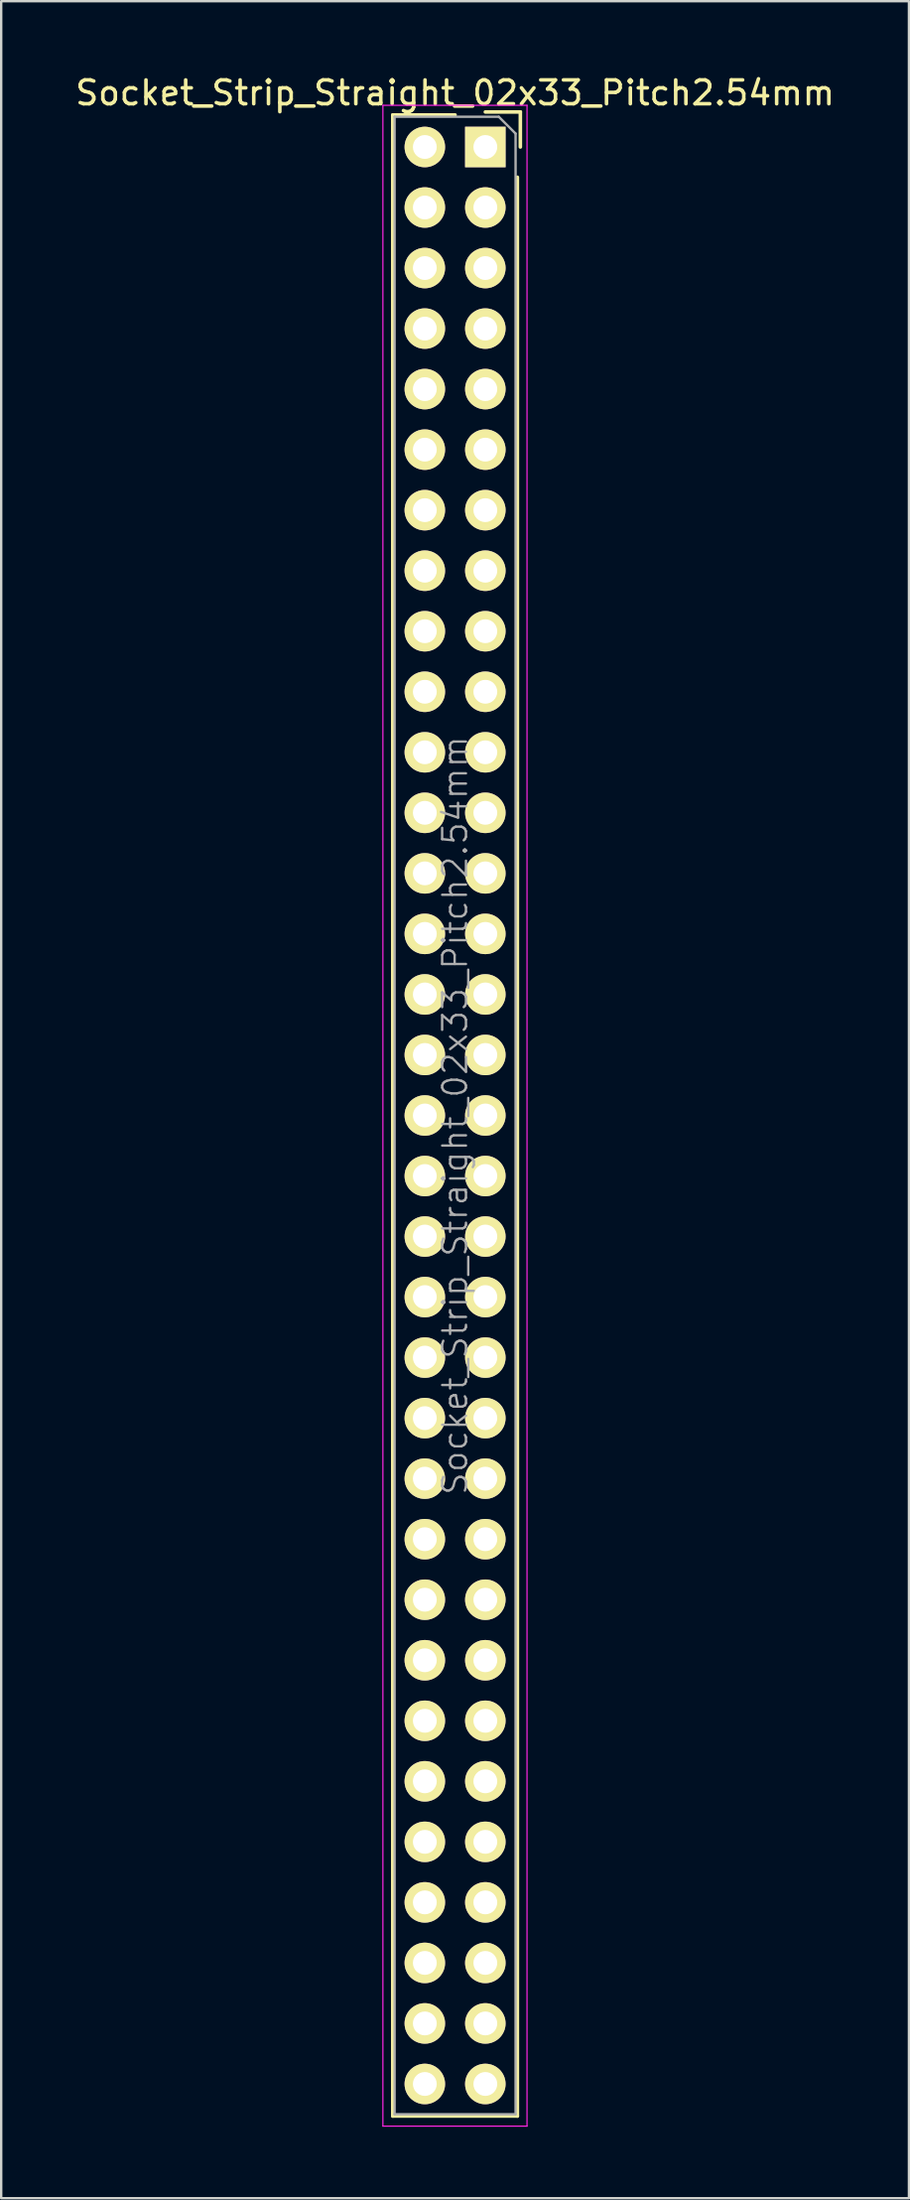
<source format=kicad_pcb>
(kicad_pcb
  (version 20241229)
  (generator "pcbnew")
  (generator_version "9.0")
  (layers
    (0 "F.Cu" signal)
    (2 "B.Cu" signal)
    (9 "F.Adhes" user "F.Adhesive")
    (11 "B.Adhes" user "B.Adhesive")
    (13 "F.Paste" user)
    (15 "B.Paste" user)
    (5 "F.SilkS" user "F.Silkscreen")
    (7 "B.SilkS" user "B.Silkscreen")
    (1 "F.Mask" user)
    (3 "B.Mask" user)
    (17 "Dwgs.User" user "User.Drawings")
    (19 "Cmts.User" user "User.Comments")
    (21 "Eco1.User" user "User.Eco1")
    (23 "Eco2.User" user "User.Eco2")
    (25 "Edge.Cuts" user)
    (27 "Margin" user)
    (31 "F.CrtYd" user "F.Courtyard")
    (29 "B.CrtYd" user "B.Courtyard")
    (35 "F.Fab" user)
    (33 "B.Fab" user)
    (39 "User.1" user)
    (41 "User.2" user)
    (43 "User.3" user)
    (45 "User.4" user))
  (footprint "Socket_Strip_Straight_02x33_Pitch2.54mm"
    (layer "F.Cu")
    (at 17.324 3.118)
    (property "Reference" "Socket_Strip_Straight_02x33_Pitch2.54mm" (at -1.27 -2.27 0) (layer "F.SilkS") (effects (font (size 1 1) (thickness 0.15))))
    (attr smd)
    (fp_line (start -3.885 -1.345) (end -3.885 82.625) (stroke (width 0.15) (type solid)) (layer "F.SilkS"))
    (fp_line (start -1.27 -1.345) (end -3.885 -1.345) (stroke (width 0.15) (type solid)) (layer "F.SilkS"))
    (fp_line (start 1.345 1.27) (end 1.345 82.625) (stroke (width 0.15) (type solid)) (layer "F.SilkS"))
    (fp_line (start 1.345 82.625) (end -3.885 82.625) (stroke (width 0.15) (type solid)) (layer "F.SilkS"))
    (fp_line (start 1.47 -1.47) (end 0 -1.47) (stroke (width 0.15) (type solid)) (layer "F.SilkS"))
    (fp_line (start 1.47 -1.47) (end 1.47 0) (stroke (width 0.15) (type solid)) (layer "F.SilkS"))
    (fp_line (start -4.3 -1.75) (end -4.3 83.05) (stroke (width 0.05) (type solid)) (layer "F.CrtYd"))
    (fp_line (start 1.75 -1.75) (end -4.3 -1.75) (stroke (width 0.05) (type solid)) (layer "F.CrtYd"))
    (fp_line (start 1.75 -1.75) (end 1.75 83.05) (stroke (width 0.05) (type solid)) (layer "F.CrtYd"))
    (fp_line (start 1.75 83.05) (end -4.3 83.05) (stroke (width 0.05) (type solid)) (layer "F.CrtYd"))
    (fp_line (start -3.81 -1.27) (end 0.563 -1.27) (stroke (width 0.1) (type solid)) (layer "F.Fab"))
    (fp_line (start -3.81 82.55) (end -3.81 -1.27) (stroke (width 0.1) (type solid)) (layer "F.Fab"))
    (fp_line (start -3.81 82.55) (end 1.27 82.55) (stroke (width 0.1) (type solid)) (layer "F.Fab"))
    (fp_line (start 1.27 -0.563) (end 0.563 -1.27) (stroke (width 0.1) (type solid)) (layer "F.Fab"))
    (fp_line (start 1.27 82.55) (end 1.27 -0.563) (stroke (width 0.1) (type solid)) (layer "F.Fab"))
    (fp_text user "${REFERENCE}" (at -1.27 40.64 90) (layer "F.Fab") (effects (font (size 1 1) (thickness 0.1))))
    (pad "1" thru_hole rect (at 0 0) (size 1.7 1.7) (drill 1) (layers "*.Cu" "*.Mask" "F.SilkS"))
    (pad "2" thru_hole oval (at -2.54 0) (size 1.7 1.7) (drill 1) (layers "*.Cu" "*.Mask" "F.SilkS"))
    (pad "3" thru_hole oval (at 0 2.54) (size 1.7 1.7) (drill 1) (layers "*.Cu" "*.Mask" "F.SilkS"))
    (pad "4" thru_hole oval (at -2.54 2.54) (size 1.7 1.7) (drill 1) (layers "*.Cu" "*.Mask" "F.SilkS"))
    (pad "5" thru_hole oval (at 0 5.08) (size 1.7 1.7) (drill 1) (layers "*.Cu" "*.Mask" "F.SilkS"))
    (pad "6" thru_hole oval (at -2.54 5.08) (size 1.7 1.7) (drill 1) (layers "*.Cu" "*.Mask" "F.SilkS"))
    (pad "7" thru_hole oval (at 0 7.62) (size 1.7 1.7) (drill 1) (layers "*.Cu" "*.Mask" "F.SilkS"))
    (pad "8" thru_hole oval (at -2.54 7.62) (size 1.7 1.7) (drill 1) (layers "*.Cu" "*.Mask" "F.SilkS"))
    (pad "9" thru_hole oval (at 0 10.16) (size 1.7 1.7) (drill 1) (layers "*.Cu" "*.Mask" "F.SilkS"))
    (pad "10" thru_hole oval (at -2.54 10.16) (size 1.7 1.7) (drill 1) (layers "*.Cu" "*.Mask" "F.SilkS"))
    (pad "11" thru_hole oval (at 0 12.7) (size 1.7 1.7) (drill 1) (layers "*.Cu" "*.Mask" "F.SilkS"))
    (pad "12" thru_hole oval (at -2.54 12.7) (size 1.7 1.7) (drill 1) (layers "*.Cu" "*.Mask" "F.SilkS"))
    (pad "13" thru_hole oval (at 0 15.24) (size 1.7 1.7) (drill 1) (layers "*.Cu" "*.Mask" "F.SilkS"))
    (pad "14" thru_hole oval (at -2.54 15.24) (size 1.7 1.7) (drill 1) (layers "*.Cu" "*.Mask" "F.SilkS"))
    (pad "15" thru_hole oval (at 0 17.78) (size 1.7 1.7) (drill 1) (layers "*.Cu" "*.Mask" "F.SilkS"))
    (pad "16" thru_hole oval (at -2.54 17.78) (size 1.7 1.7) (drill 1) (layers "*.Cu" "*.Mask" "F.SilkS"))
    (pad "17" thru_hole oval (at 0 20.32) (size 1.7 1.7) (drill 1) (layers "*.Cu" "*.Mask" "F.SilkS"))
    (pad "18" thru_hole oval (at -2.54 20.32) (size 1.7 1.7) (drill 1) (layers "*.Cu" "*.Mask" "F.SilkS"))
    (pad "19" thru_hole oval (at 0 22.86) (size 1.7 1.7) (drill 1) (layers "*.Cu" "*.Mask" "F.SilkS"))
    (pad "20" thru_hole oval (at -2.54 22.86) (size 1.7 1.7) (drill 1) (layers "*.Cu" "*.Mask" "F.SilkS"))
    (pad "21" thru_hole oval (at 0 25.4) (size 1.7 1.7) (drill 1) (layers "*.Cu" "*.Mask" "F.SilkS"))
    (pad "22" thru_hole oval (at -2.54 25.4) (size 1.7 1.7) (drill 1) (layers "*.Cu" "*.Mask" "F.SilkS"))
    (pad "23" thru_hole oval (at 0 27.94) (size 1.7 1.7) (drill 1) (layers "*.Cu" "*.Mask" "F.SilkS"))
    (pad "24" thru_hole oval (at -2.54 27.94) (size 1.7 1.7) (drill 1) (layers "*.Cu" "*.Mask" "F.SilkS"))
    (pad "25" thru_hole oval (at 0 30.48) (size 1.7 1.7) (drill 1) (layers "*.Cu" "*.Mask" "F.SilkS"))
    (pad "26" thru_hole oval (at -2.54 30.48) (size 1.7 1.7) (drill 1) (layers "*.Cu" "*.Mask" "F.SilkS"))
    (pad "27" thru_hole oval (at 0 33.02) (size 1.7 1.7) (drill 1) (layers "*.Cu" "*.Mask" "F.SilkS"))
    (pad "28" thru_hole oval (at -2.54 33.02) (size 1.7 1.7) (drill 1) (layers "*.Cu" "*.Mask" "F.SilkS"))
    (pad "29" thru_hole oval (at 0 35.56) (size 1.7 1.7) (drill 1) (layers "*.Cu" "*.Mask" "F.SilkS"))
    (pad "30" thru_hole oval (at -2.54 35.56) (size 1.7 1.7) (drill 1) (layers "*.Cu" "*.Mask" "F.SilkS"))
    (pad "31" thru_hole oval (at 0 38.1) (size 1.7 1.7) (drill 1) (layers "*.Cu" "*.Mask" "F.SilkS"))
    (pad "32" thru_hole oval (at -2.54 38.1) (size 1.7 1.7) (drill 1) (layers "*.Cu" "*.Mask" "F.SilkS"))
    (pad "33" thru_hole oval (at 0 40.64) (size 1.7 1.7) (drill 1) (layers "*.Cu" "*.Mask" "F.SilkS"))
    (pad "34" thru_hole oval (at -2.54 40.64) (size 1.7 1.7) (drill 1) (layers "*.Cu" "*.Mask" "F.SilkS"))
    (pad "35" thru_hole oval (at 0 43.18) (size 1.7 1.7) (drill 1) (layers "*.Cu" "*.Mask" "F.SilkS"))
    (pad "36" thru_hole oval (at -2.54 43.18) (size 1.7 1.7) (drill 1) (layers "*.Cu" "*.Mask" "F.SilkS"))
    (pad "37" thru_hole oval (at 0 45.72) (size 1.7 1.7) (drill 1) (layers "*.Cu" "*.Mask" "F.SilkS"))
    (pad "38" thru_hole oval (at -2.54 45.72) (size 1.7 1.7) (drill 1) (layers "*.Cu" "*.Mask" "F.SilkS"))
    (pad "39" thru_hole oval (at 0 48.26) (size 1.7 1.7) (drill 1) (layers "*.Cu" "*.Mask" "F.SilkS"))
    (pad "40" thru_hole oval (at -2.54 48.26) (size 1.7 1.7) (drill 1) (layers "*.Cu" "*.Mask" "F.SilkS"))
    (pad "41" thru_hole oval (at 0 50.8) (size 1.7 1.7) (drill 1) (layers "*.Cu" "*.Mask" "F.SilkS"))
    (pad "42" thru_hole oval (at -2.54 50.8) (size 1.7 1.7) (drill 1) (layers "*.Cu" "*.Mask" "F.SilkS"))
    (pad "43" thru_hole oval (at 0 53.34) (size 1.7 1.7) (drill 1) (layers "*.Cu" "*.Mask" "F.SilkS"))
    (pad "44" thru_hole oval (at -2.54 53.34) (size 1.7 1.7) (drill 1) (layers "*.Cu" "*.Mask" "F.SilkS"))
    (pad "45" thru_hole oval (at 0 55.88) (size 1.7 1.7) (drill 1) (layers "*.Cu" "*.Mask" "F.SilkS"))
    (pad "46" thru_hole oval (at -2.54 55.88) (size 1.7 1.7) (drill 1) (layers "*.Cu" "*.Mask" "F.SilkS"))
    (pad "47" thru_hole oval (at 0 58.42) (size 1.7 1.7) (drill 1) (layers "*.Cu" "*.Mask" "F.SilkS"))
    (pad "48" thru_hole oval (at -2.54 58.42) (size 1.7 1.7) (drill 1) (layers "*.Cu" "*.Mask" "F.SilkS"))
    (pad "49" thru_hole oval (at 0 60.96) (size 1.7 1.7) (drill 1) (layers "*.Cu" "*.Mask" "F.SilkS"))
    (pad "50" thru_hole oval (at -2.54 60.96) (size 1.7 1.7) (drill 1) (layers "*.Cu" "*.Mask" "F.SilkS"))
    (pad "51" thru_hole oval (at 0 63.5) (size 1.7 1.7) (drill 1) (layers "*.Cu" "*.Mask" "F.SilkS"))
    (pad "52" thru_hole oval (at -2.54 63.5) (size 1.7 1.7) (drill 1) (layers "*.Cu" "*.Mask" "F.SilkS"))
    (pad "53" thru_hole oval (at 0 66.04) (size 1.7 1.7) (drill 1) (layers "*.Cu" "*.Mask" "F.SilkS"))
    (pad "54" thru_hole oval (at -2.54 66.04) (size 1.7 1.7) (drill 1) (layers "*.Cu" "*.Mask" "F.SilkS"))
    (pad "55" thru_hole oval (at 0 68.58) (size 1.7 1.7) (drill 1) (layers "*.Cu" "*.Mask" "F.SilkS"))
    (pad "56" thru_hole oval (at -2.54 68.58) (size 1.7 1.7) (drill 1) (layers "*.Cu" "*.Mask" "F.SilkS"))
    (pad "57" thru_hole oval (at 0 71.12) (size 1.7 1.7) (drill 1) (layers "*.Cu" "*.Mask" "F.SilkS"))
    (pad "58" thru_hole oval (at -2.54 71.12) (size 1.7 1.7) (drill 1) (layers "*.Cu" "*.Mask" "F.SilkS"))
    (pad "59" thru_hole oval (at 0 73.66) (size 1.7 1.7) (drill 1) (layers "*.Cu" "*.Mask" "F.SilkS"))
    (pad "60" thru_hole oval (at -2.54 73.66) (size 1.7 1.7) (drill 1) (layers "*.Cu" "*.Mask" "F.SilkS"))
    (pad "61" thru_hole oval (at 0 76.2) (size 1.7 1.7) (drill 1) (layers "*.Cu" "*.Mask" "F.SilkS"))
    (pad "62" thru_hole oval (at -2.54 76.2) (size 1.7 1.7) (drill 1) (layers "*.Cu" "*.Mask" "F.SilkS"))
    (pad "63" thru_hole oval (at 0 78.74) (size 1.7 1.7) (drill 1) (layers "*.Cu" "*.Mask" "F.SilkS"))
    (pad "64" thru_hole oval (at -2.54 78.74) (size 1.7 1.7) (drill 1) (layers "*.Cu" "*.Mask" "F.SilkS"))
    (pad "65" thru_hole oval (at 0 81.28) (size 1.7 1.7) (drill 1) (layers "*.Cu" "*.Mask" "F.SilkS"))
    (pad "66" thru_hole oval (at -2.54 81.28) (size 1.7 1.7) (drill 1) (layers "*.Cu" "*.Mask" "F.SilkS")))
  (gr_rect
    (start -3 -3)
    (end 35.107 89.193)
    (stroke (width 0.1) (type default))
    (fill no)
    (layer "Edge.Cuts")))
</source>
